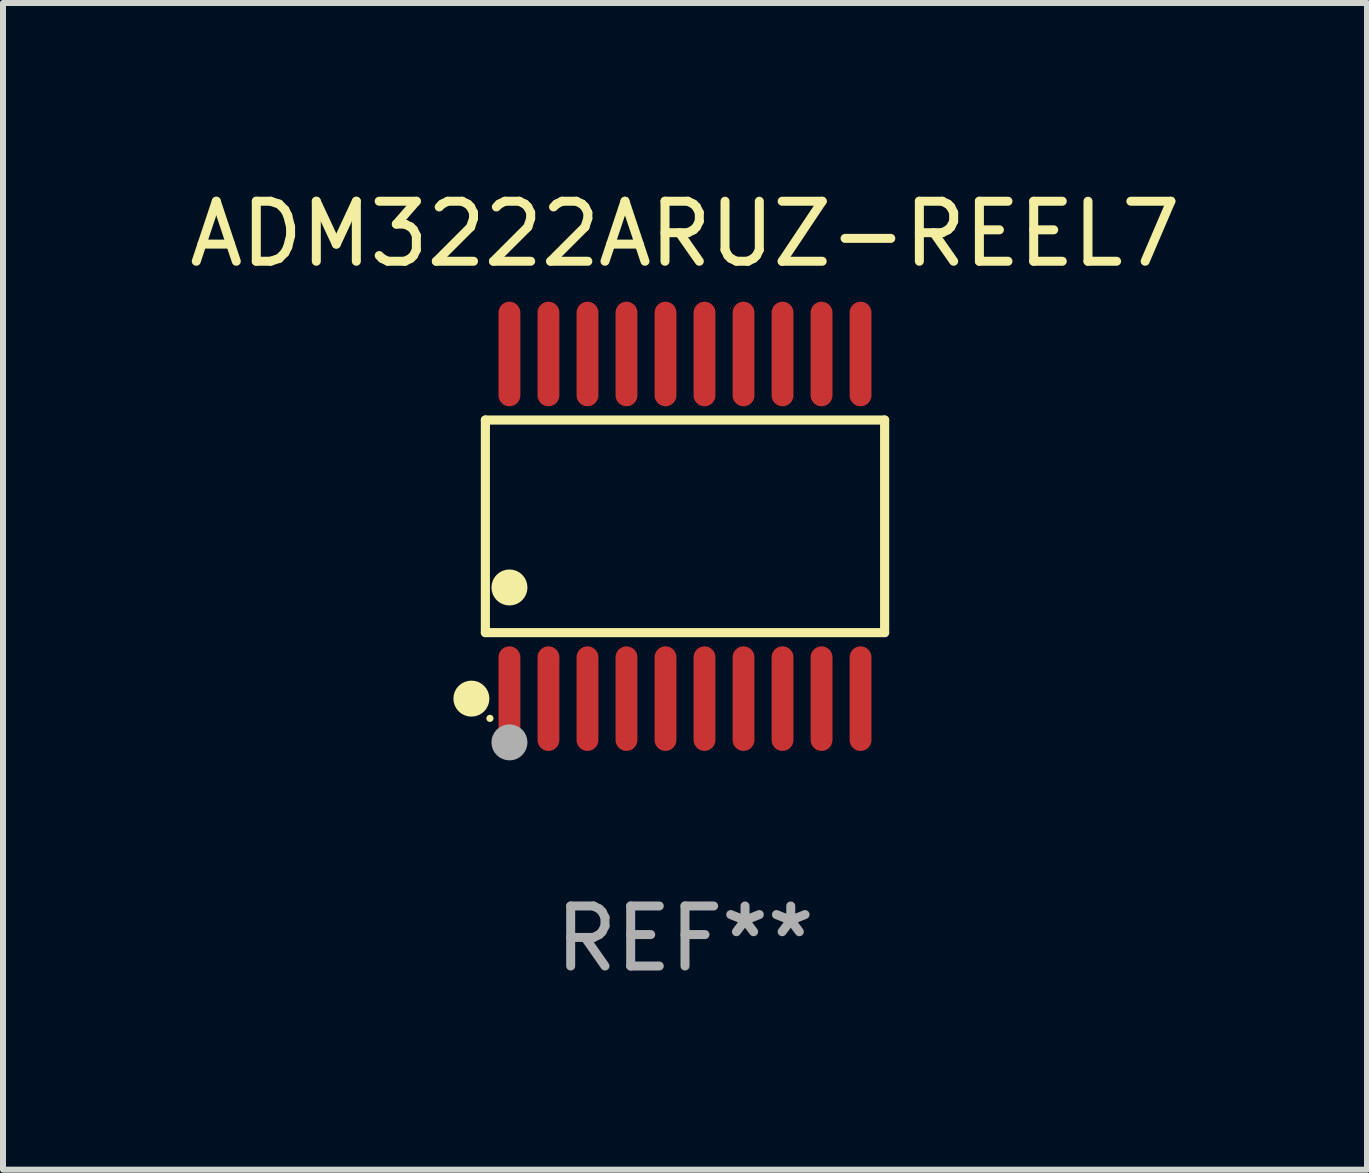
<source format=kicad_pcb>
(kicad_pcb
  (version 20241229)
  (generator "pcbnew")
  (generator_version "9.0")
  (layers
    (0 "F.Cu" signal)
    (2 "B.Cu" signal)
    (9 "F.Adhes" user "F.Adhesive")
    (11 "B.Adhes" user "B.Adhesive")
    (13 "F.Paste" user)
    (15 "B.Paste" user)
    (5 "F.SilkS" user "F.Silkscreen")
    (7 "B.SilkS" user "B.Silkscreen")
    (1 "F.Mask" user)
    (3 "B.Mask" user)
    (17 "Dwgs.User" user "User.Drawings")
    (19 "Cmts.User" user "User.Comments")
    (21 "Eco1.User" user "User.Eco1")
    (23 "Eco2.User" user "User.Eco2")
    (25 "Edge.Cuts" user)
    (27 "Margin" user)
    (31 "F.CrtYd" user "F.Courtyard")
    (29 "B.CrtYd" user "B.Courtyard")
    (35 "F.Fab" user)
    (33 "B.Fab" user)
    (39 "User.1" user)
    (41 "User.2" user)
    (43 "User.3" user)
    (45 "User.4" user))
  (footprint "ADM3222ARUZ-REEL7"
    (layer "F.Cu")
    (at 8.363 5.719)
    (property "Reference" "ADM3222ARUZ-REEL7" (at 0 -4.871 0) (layer "F.SilkS") (effects (font (size 1 1) (thickness 0.15))))
    (attr through_hole)
    (fp_line (start -3.326 -1.771) (end 3.326 -1.771) (stroke (width 0.152) (type solid)) (layer "F.SilkS"))
    (fp_line (start -3.326 1.771) (end -3.326 -1.771) (stroke (width 0.152) (type solid)) (layer "F.SilkS"))
    (fp_line (start 3.326 -1.771) (end 3.326 1.771) (stroke (width 0.152) (type solid)) (layer "F.SilkS"))
    (fp_line (start 3.326 1.771) (end -3.326 1.771) (stroke (width 0.152) (type solid)) (layer "F.SilkS"))
    (fp_circle (center -3.559 2.871) (end -3.409 2.871) (stroke (width 0.3) (type solid)) (fill no) (layer "F.SilkS"))
    (fp_circle (center -3.25 3.2) (end -3.22 3.2) (stroke (width 0.06) (type solid)) (fill no) (layer "F.SilkS"))
    (fp_circle (center -2.925 1.019) (end -2.775 1.019) (stroke (width 0.3) (type solid)) (fill no) (layer "F.SilkS"))
    (fp_circle (center -2.925 3.6) (end -2.775 3.6) (stroke (width 0.3) (type solid)) (fill no) (layer "F.Fab"))
    (fp_text user "REF**" (at 0 6.871 0) (layer "F.Fab") (effects (font (size 1 1) (thickness 0.15))))
    (pad "1" smd oval (at -2.925 2.871) (size 0.364 1.742) (layers "F.Cu" "F.Mask" "F.Paste"))
    (pad "2" smd oval (at -2.275 2.871) (size 0.364 1.742) (layers "F.Cu" "F.Mask" "F.Paste"))
    (pad "3" smd oval (at -1.625 2.871) (size 0.364 1.742) (layers "F.Cu" "F.Mask" "F.Paste"))
    (pad "4" smd oval (at -0.975 2.871) (size 0.364 1.742) (layers "F.Cu" "F.Mask" "F.Paste"))
    (pad "5" smd oval (at -0.325 2.871) (size 0.364 1.742) (layers "F.Cu" "F.Mask" "F.Paste"))
    (pad "6" smd oval (at 0.325 2.871) (size 0.364 1.742) (layers "F.Cu" "F.Mask" "F.Paste"))
    (pad "7" smd oval (at 0.975 2.871) (size 0.364 1.742) (layers "F.Cu" "F.Mask" "F.Paste"))
    (pad "8" smd oval (at 1.625 2.871) (size 0.364 1.742) (layers "F.Cu" "F.Mask" "F.Paste"))
    (pad "9" smd oval (at 2.275 2.871) (size 0.364 1.742) (layers "F.Cu" "F.Mask" "F.Paste"))
    (pad "10" smd oval (at 2.925 2.871) (size 0.364 1.742) (layers "F.Cu" "F.Mask" "F.Paste"))
    (pad "11" smd oval (at 2.925 -2.871) (size 0.364 1.742) (layers "F.Cu" "F.Mask" "F.Paste"))
    (pad "12" smd oval (at 2.275 -2.871) (size 0.364 1.742) (layers "F.Cu" "F.Mask" "F.Paste"))
    (pad "13" smd oval (at 1.625 -2.871) (size 0.364 1.742) (layers "F.Cu" "F.Mask" "F.Paste"))
    (pad "14" smd oval (at 0.975 -2.871) (size 0.364 1.742) (layers "F.Cu" "F.Mask" "F.Paste"))
    (pad "15" smd oval (at 0.325 -2.871) (size 0.364 1.742) (layers "F.Cu" "F.Mask" "F.Paste"))
    (pad "16" smd oval (at -0.325 -2.871) (size 0.364 1.742) (layers "F.Cu" "F.Mask" "F.Paste"))
    (pad "17" smd oval (at -0.975 -2.871) (size 0.364 1.742) (layers "F.Cu" "F.Mask" "F.Paste"))
    (pad "18" smd oval (at -1.625 -2.871) (size 0.364 1.742) (layers "F.Cu" "F.Mask" "F.Paste"))
    (pad "19" smd oval (at -2.275 -2.871) (size 0.364 1.742) (layers "F.Cu" "F.Mask" "F.Paste"))
    (pad "20" smd oval (at -2.925 -2.871) (size 0.364 1.742) (layers "F.Cu" "F.Mask" "F.Paste")))
  (gr_rect
    (start -3 -3)
    (end 19.726 16.438)
    (stroke (width 0.1) (type default))
    (fill no)
    (layer "Edge.Cuts")))
</source>
